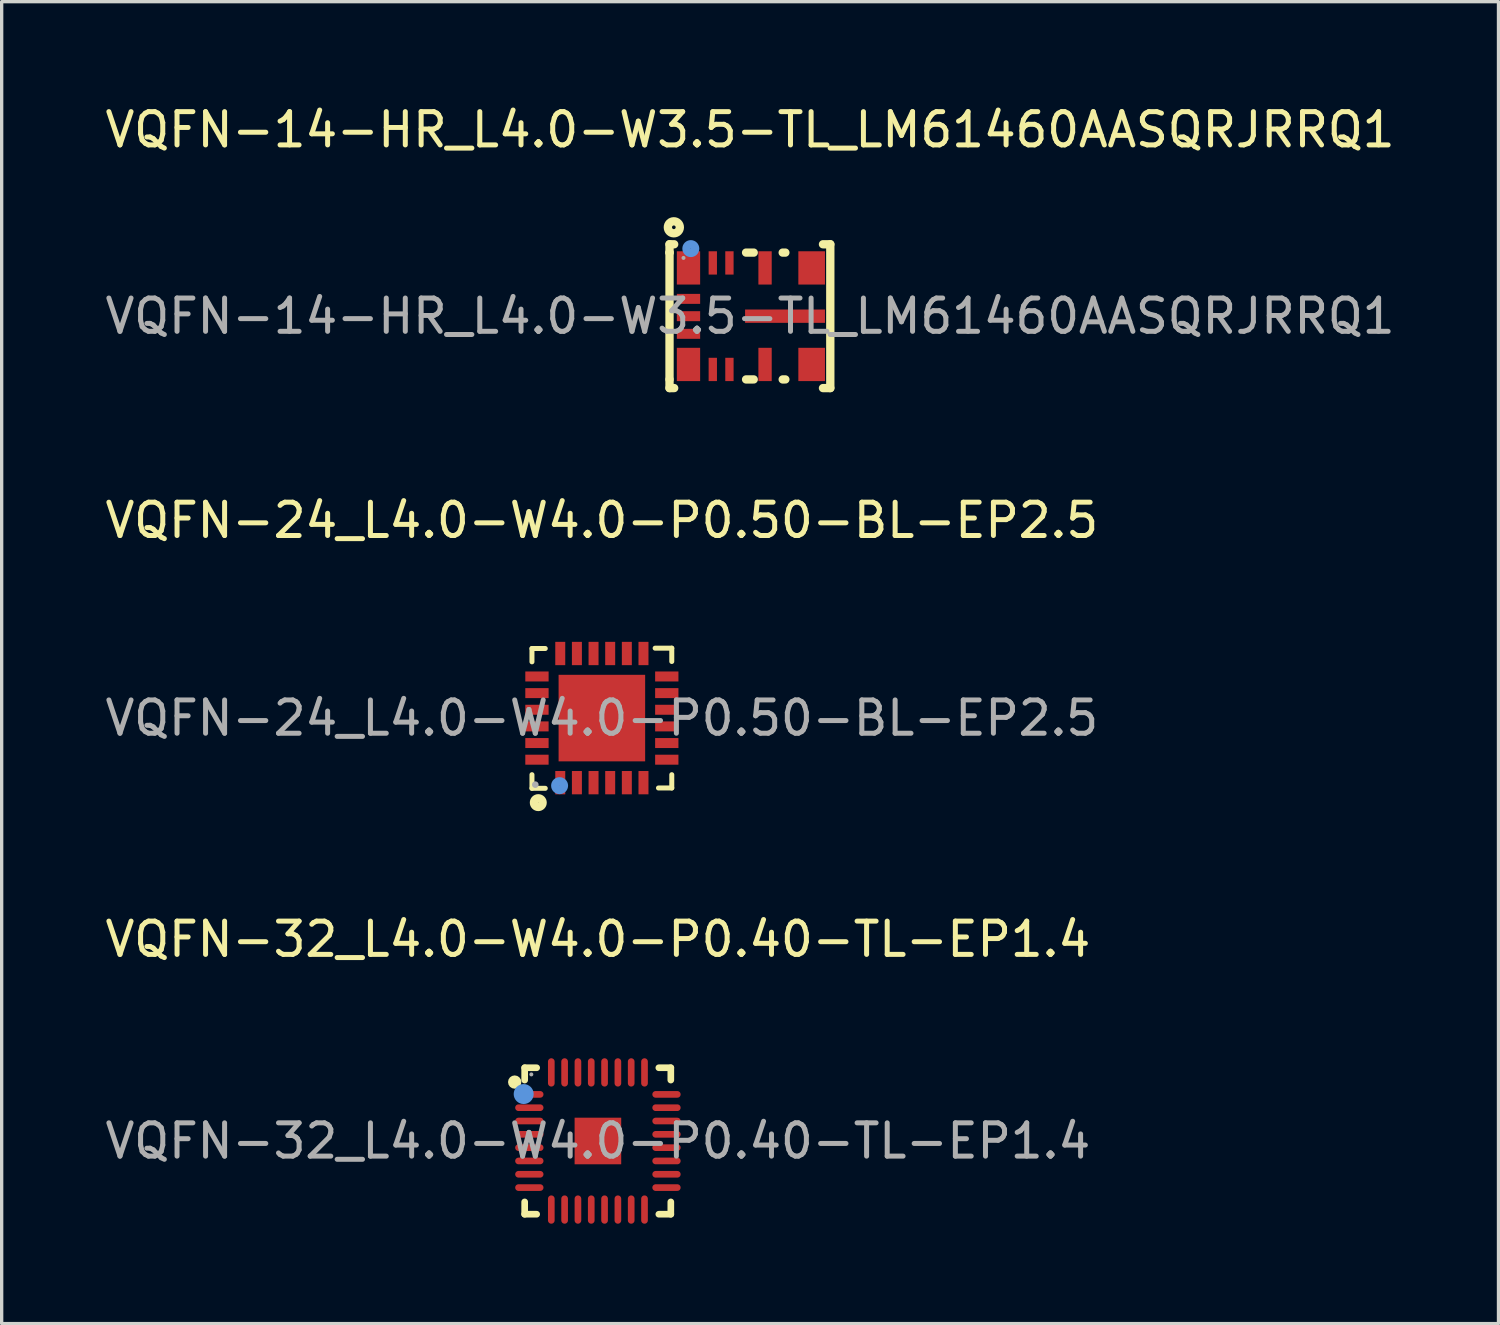
<source format=kicad_pcb>
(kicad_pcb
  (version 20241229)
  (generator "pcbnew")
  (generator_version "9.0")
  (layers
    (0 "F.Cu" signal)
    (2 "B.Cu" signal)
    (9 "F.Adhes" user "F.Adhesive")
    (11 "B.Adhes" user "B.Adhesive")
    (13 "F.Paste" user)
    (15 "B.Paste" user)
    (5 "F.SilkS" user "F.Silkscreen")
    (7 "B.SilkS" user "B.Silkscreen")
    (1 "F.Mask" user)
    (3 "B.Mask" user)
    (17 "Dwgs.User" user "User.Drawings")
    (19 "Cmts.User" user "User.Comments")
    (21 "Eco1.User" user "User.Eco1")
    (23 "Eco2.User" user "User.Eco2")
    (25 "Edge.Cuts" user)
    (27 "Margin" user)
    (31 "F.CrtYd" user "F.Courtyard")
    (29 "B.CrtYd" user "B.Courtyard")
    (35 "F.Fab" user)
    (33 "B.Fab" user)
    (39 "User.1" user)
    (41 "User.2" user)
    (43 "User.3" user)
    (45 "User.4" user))
  (footprint "VQFN-14-HR_L4.0-W3.5-TL_LM61460AASQRJRRQ1"
    (layer "F.Cu")
    (at 19.482 6.448)
    (property "Reference" "VQFN-14-HR_L4.0-W3.5-TL_LM61460AASQRJRRQ1" (at 0 -5.6 0) (layer "F.SilkS") (effects (font (size 1 1) (thickness 0.15))))
    (attr smd)
    (fp_line (start -2.42 -2.16) (end -2.28 -2.16) (stroke (width 0.25) (type solid)) (layer "F.SilkS"))
    (fp_line (start -2.42 -1.91) (end -2.42 -2.16) (stroke (width 0.25) (type solid)) (layer "F.SilkS"))
    (fp_line (start -2.42 -1.91) (end -2.42 -1.91) (stroke (width 0.25) (type solid)) (layer "F.SilkS"))
    (fp_line (start -2.42 -1.91) (end -2.42 1.9) (stroke (width 0.25) (type solid)) (layer "F.SilkS"))
    (fp_line (start -2.42 1.9) (end -2.42 2.16) (stroke (width 0.25) (type solid)) (layer "F.SilkS"))
    (fp_line (start -2.42 2.16) (end -2.28 2.16) (stroke (width 0.25) (type solid)) (layer "F.SilkS"))
    (fp_line (start -0.12 1.9) (end 0.11 1.9) (stroke (width 0.25) (type solid)) (layer "F.SilkS"))
    (fp_line (start 0.11 -1.91) (end -0.12 -1.91) (stroke (width 0.25) (type solid)) (layer "F.SilkS"))
    (fp_line (start 0.98 1.9) (end 1.06 1.9) (stroke (width 0.25) (type solid)) (layer "F.SilkS"))
    (fp_line (start 1.06 -1.91) (end 0.98 -1.91) (stroke (width 0.25) (type solid)) (layer "F.SilkS"))
    (fp_line (start 2.19 2.16) (end 2.41 2.16) (stroke (width 0.25) (type solid)) (layer "F.SilkS"))
    (fp_line (start 2.41 -2.16) (end 2.19 -2.16) (stroke (width 0.25) (type solid)) (layer "F.SilkS"))
    (fp_line (start 2.41 2.16) (end 2.41 -2.16) (stroke (width 0.25) (type solid)) (layer "F.SilkS"))
    (fp_circle (center -2.29 -2.67) (end -2.11 -2.67) (stroke (width 0.25) (type solid)) (fill no) (layer "F.SilkS"))
    (fp_circle (center -1.78 -2.03) (end -1.65 -2.03) (stroke (width 0.25) (type solid)) (fill no) (layer "Cmts.User"))
    (fp_circle (center -2 -1.75) (end -1.97 -1.75) (stroke (width 0.06) (type solid)) (fill no) (layer "F.Fab"))
    (fp_text user "${REFERENCE}" (at 0 0 0) (layer "F.Fab") (effects (font (size 1 1) (thickness 0.15))))
    (pad "1" smd rect (at -1.85 -1.45) (size 0.7 1) (layers "F.Cu" "F.Mask" "F.Paste"))
    (pad "2" smd rect (at -1.85 -0.52 90) (size 0.3 0.7) (layers "F.Cu" "F.Mask" "F.Paste"))
    (pad "3" smd rect (at -1.85 0 90) (size 0.3 0.7) (layers "F.Cu" "F.Mask" "F.Paste"))
    (pad "4" smd rect (at -1.85 0.53 90) (size 0.3 0.7) (layers "F.Cu" "F.Mask" "F.Paste"))
    (pad "5" smd rect (at -1.85 1.45) (size 0.7 1) (layers "F.Cu" "F.Mask" "F.Paste"))
    (pad "6" smd rect (at -1.12 1.6) (size 0.25 0.7) (layers "F.Cu" "F.Mask" "F.Paste"))
    (pad "7" smd rect (at -0.62 1.6) (size 0.25 0.7) (layers "F.Cu" "F.Mask" "F.Paste"))
    (pad "8" smd rect (at 0.45 1.45) (size 0.4 1) (layers "F.Cu" "F.Mask" "F.Paste"))
    (pad "9" smd rect (at 1.85 1.45) (size 0.8 1) (layers "F.Cu" "F.Mask" "F.Paste"))
    (pad "10" smd rect (at 1.05 0 90) (size 0.4 2.4) (layers "F.Cu" "F.Mask" "F.Paste"))
    (pad "11" smd rect (at 1.85 -1.45) (size 0.8 1) (layers "F.Cu" "F.Mask" "F.Paste"))
    (pad "12" smd rect (at 0.45 -1.45) (size 0.4 1) (layers "F.Cu" "F.Mask" "F.Paste"))
    (pad "13" smd rect (at -0.62 -1.6) (size 0.25 0.7) (layers "F.Cu" "F.Mask" "F.Paste"))
    (pad "14" smd rect (at -1.12 -1.6) (size 0.25 0.7) (layers "F.Cu" "F.Mask" "F.Paste")))
  (footprint "VQFN-24_L4.0-W4.0-P0.50-BL-EP2.5"
    (layer "F.Cu")
    (at 15.03 18.521)
    (property "Reference" "VQFN-24_L4.0-W4.0-P0.50-BL-EP2.5" (at 0 -5.94 0) (layer "F.SilkS") (effects (font (size 1 1) (thickness 0.15))))
    (attr smd)
    (fp_line (start -2.1 -2.09) (end -1.7 -2.09) (stroke (width 0.15) (type solid)) (layer "F.SilkS"))
    (fp_line (start -2.1 -1.69) (end -2.1 -2.09) (stroke (width 0.15) (type solid)) (layer "F.SilkS"))
    (fp_line (start -2.1 2.11) (end -2.1 1.7) (stroke (width 0.15) (type solid)) (layer "F.SilkS"))
    (fp_line (start -1.7 2.11) (end -2.1 2.11) (stroke (width 0.15) (type solid)) (layer "F.SilkS"))
    (fp_line (start 1.6 -2.1) (end 2.1 -2.1) (stroke (width 0.15) (type solid)) (layer "F.SilkS"))
    (fp_line (start 1.7 2.1) (end 2.1 2.1) (stroke (width 0.15) (type solid)) (layer "F.SilkS"))
    (fp_line (start 2.1 -2.1) (end 2.1 -1.7) (stroke (width 0.15) (type solid)) (layer "F.SilkS"))
    (fp_line (start 2.1 2.1) (end 2.1 1.7) (stroke (width 0.15) (type solid)) (layer "F.SilkS"))
    (fp_circle (center -1.91 2.54) (end -1.78 2.54) (stroke (width 0.25) (type solid)) (fill no) (layer "F.SilkS"))
    (fp_circle (center -1.27 2.03) (end -1.14 2.03) (stroke (width 0.25) (type solid)) (fill no) (layer "Cmts.User"))
    (fp_circle (center -2 2) (end -1.95 2) (stroke (width 0.1) (type solid)) (fill no) (layer "F.Fab"))
    (fp_text user "${REFERENCE}" (at 0 0 0) (layer "F.Fab") (effects (font (size 1 1) (thickness 0.15))))
    (pad "1" smd rect (at -1.25 1.94 180) (size 0.3 0.7) (layers "F.Cu" "F.Mask" "F.Paste"))
    (pad "2" smd rect (at -0.75 1.94 180) (size 0.3 0.7) (layers "F.Cu" "F.Mask" "F.Paste"))
    (pad "3" smd rect (at -0.25 1.94 180) (size 0.3 0.7) (layers "F.Cu" "F.Mask" "F.Paste"))
    (pad "4" smd rect (at 0.25 1.94 180) (size 0.3 0.7) (layers "F.Cu" "F.Mask" "F.Paste"))
    (pad "5" smd rect (at 0.75 1.94 180) (size 0.3 0.7) (layers "F.Cu" "F.Mask" "F.Paste"))
    (pad "6" smd rect (at 1.25 1.94 180) (size 0.3 0.7) (layers "F.Cu" "F.Mask" "F.Paste"))
    (pad "7" smd rect (at 1.95 1.25 270) (size 0.3 0.7) (layers "F.Cu" "F.Mask" "F.Paste"))
    (pad "8" smd rect (at 1.95 0.75 270) (size 0.3 0.7) (layers "F.Cu" "F.Mask" "F.Paste"))
    (pad "9" smd rect (at 1.95 0.25 270) (size 0.3 0.7) (layers "F.Cu" "F.Mask" "F.Paste"))
    (pad "10" smd rect (at 1.95 -0.25 270) (size 0.3 0.7) (layers "F.Cu" "F.Mask" "F.Paste"))
    (pad "11" smd rect (at 1.95 -0.75 270) (size 0.3 0.7) (layers "F.Cu" "F.Mask" "F.Paste"))
    (pad "12" smd rect (at 1.95 -1.25 270) (size 0.3 0.7) (layers "F.Cu" "F.Mask" "F.Paste"))
    (pad "13" smd rect (at 1.25 -1.94) (size 0.3 0.7) (layers "F.Cu" "F.Mask" "F.Paste"))
    (pad "14" smd rect (at 0.75 -1.94) (size 0.3 0.7) (layers "F.Cu" "F.Mask" "F.Paste"))
    (pad "15" smd rect (at 0.25 -1.94) (size 0.3 0.7) (layers "F.Cu" "F.Mask" "F.Paste"))
    (pad "16" smd rect (at -0.25 -1.94) (size 0.3 0.7) (layers "F.Cu" "F.Mask" "F.Paste"))
    (pad "17" smd rect (at -0.75 -1.94) (size 0.3 0.7) (layers "F.Cu" "F.Mask" "F.Paste"))
    (pad "18" smd rect (at -1.25 -1.94) (size 0.3 0.7) (layers "F.Cu" "F.Mask" "F.Paste"))
    (pad "19" smd rect (at -1.95 -1.25 90) (size 0.3 0.7) (layers "F.Cu" "F.Mask" "F.Paste"))
    (pad "20" smd rect (at -1.95 -0.75 90) (size 0.3 0.7) (layers "F.Cu" "F.Mask" "F.Paste"))
    (pad "21" smd rect (at -1.95 -0.25 90) (size 0.3 0.7) (layers "F.Cu" "F.Mask" "F.Paste"))
    (pad "22" smd rect (at -1.95 0.25 90) (size 0.3 0.7) (layers "F.Cu" "F.Mask" "F.Paste"))
    (pad "23" smd rect (at -1.95 0.75 90) (size 0.3 0.7) (layers "F.Cu" "F.Mask" "F.Paste"))
    (pad "24" smd rect (at -1.95 1.25 90) (size 0.3 0.7) (layers "F.Cu" "F.Mask" "F.Paste"))
    (pad "25" smd rect (at 0 0 90) (size 2.6 2.6) (layers "F.Cu" "F.Mask" "F.Paste")))
  (footprint "VQFN-32_L4.0-W4.0-P0.40-TL-EP1.4"
    (layer "F.Cu")
    (at 14.911 31.225)
    (property "Reference" "VQFN-32_L4.0-W4.0-P0.40-TL-EP1.4" (at 0 -6.06 0) (layer "F.SilkS") (effects (font (size 1 1) (thickness 0.15))))
    (attr smd)
    (fp_line (start -2.2 -2.2) (end -1.84 -2.2) (stroke (width 0.2) (type solid)) (layer "F.SilkS"))
    (fp_line (start -2.2 -1.83) (end -2.2 -2.2) (stroke (width 0.2) (type solid)) (layer "F.SilkS"))
    (fp_line (start -2.2 2.2) (end -2.2 1.83) (stroke (width 0.2) (type solid)) (layer "F.SilkS"))
    (fp_line (start -1.84 2.2) (end -2.2 2.2) (stroke (width 0.2) (type solid)) (layer "F.SilkS"))
    (fp_line (start 1.83 2.2) (end 2.19 2.2) (stroke (width 0.2) (type solid)) (layer "F.SilkS"))
    (fp_line (start 2.19 -2.2) (end 1.83 -2.2) (stroke (width 0.2) (type solid)) (layer "F.SilkS"))
    (fp_line (start 2.19 -1.83) (end 2.19 -2.2) (stroke (width 0.2) (type solid)) (layer "F.SilkS"))
    (fp_line (start 2.19 2.2) (end 2.19 1.83) (stroke (width 0.2) (type solid)) (layer "F.SilkS"))
    (fp_circle (center -2.5 -1.77) (end -2.4 -1.77) (stroke (width 0.2) (type solid)) (fill no) (layer "F.SilkS"))
    (fp_circle (center -2.23 -1.41) (end -2.08 -1.41) (stroke (width 0.3) (type solid)) (fill no) (layer "Cmts.User"))
    (fp_circle (center -2 -2) (end -1.97 -2) (stroke (width 0.06) (type solid)) (fill no) (layer "F.Fab"))
    (fp_text user "${REFERENCE}" (at 0 0 0) (layer "F.Fab") (effects (font (size 1 1) (thickness 0.15))))
    (pad "1" smd oval (at -2.06 -1.4) (size 0.85 0.2) (layers "F.Cu" "F.Mask" "F.Paste"))
    (pad "2" smd oval (at -2.06 -1) (size 0.85 0.2) (layers "F.Cu" "F.Mask" "F.Paste"))
    (pad "3" smd oval (at -2.06 -0.6) (size 0.85 0.2) (layers "F.Cu" "F.Mask" "F.Paste"))
    (pad "4" smd oval (at -2.06 -0.2) (size 0.85 0.2) (layers "F.Cu" "F.Mask" "F.Paste"))
    (pad "5" smd oval (at -2.06 0.2) (size 0.85 0.2) (layers "F.Cu" "F.Mask" "F.Paste"))
    (pad "6" smd oval (at -2.06 0.6) (size 0.85 0.2) (layers "F.Cu" "F.Mask" "F.Paste"))
    (pad "7" smd oval (at -2.06 1) (size 0.85 0.2) (layers "F.Cu" "F.Mask" "F.Paste"))
    (pad "8" smd oval (at -2.06 1.4) (size 0.85 0.2) (layers "F.Cu" "F.Mask" "F.Paste"))
    (pad "9" smd oval (at -1.4 2.06) (size 0.2 0.85) (layers "F.Cu" "F.Mask" "F.Paste"))
    (pad "10" smd oval (at -1 2.06) (size 0.2 0.85) (layers "F.Cu" "F.Mask" "F.Paste"))
    (pad "11" smd oval (at -0.6 2.06) (size 0.2 0.85) (layers "F.Cu" "F.Mask" "F.Paste"))
    (pad "12" smd oval (at -0.2 2.06) (size 0.2 0.85) (layers "F.Cu" "F.Mask" "F.Paste"))
    (pad "13" smd oval (at 0.2 2.06) (size 0.2 0.85) (layers "F.Cu" "F.Mask" "F.Paste"))
    (pad "14" smd oval (at 0.6 2.06) (size 0.2 0.85) (layers "F.Cu" "F.Mask" "F.Paste"))
    (pad "15" smd oval (at 1 2.06) (size 0.2 0.85) (layers "F.Cu" "F.Mask" "F.Paste"))
    (pad "16" smd oval (at 1.4 2.06) (size 0.2 0.85) (layers "F.Cu" "F.Mask" "F.Paste"))
    (pad "17" smd oval (at 2.06 1.4) (size 0.85 0.2) (layers "F.Cu" "F.Mask" "F.Paste"))
    (pad "18" smd oval (at 2.06 1) (size 0.85 0.2) (layers "F.Cu" "F.Mask" "F.Paste"))
    (pad "19" smd oval (at 2.06 0.6) (size 0.85 0.2) (layers "F.Cu" "F.Mask" "F.Paste"))
    (pad "20" smd oval (at 2.06 0.2) (size 0.85 0.2) (layers "F.Cu" "F.Mask" "F.Paste"))
    (pad "21" smd oval (at 2.06 -0.2) (size 0.85 0.2) (layers "F.Cu" "F.Mask" "F.Paste"))
    (pad "22" smd oval (at 2.06 -0.6) (size 0.85 0.2) (layers "F.Cu" "F.Mask" "F.Paste"))
    (pad "23" smd oval (at 2.06 -1) (size 0.85 0.2) (layers "F.Cu" "F.Mask" "F.Paste"))
    (pad "24" smd oval (at 2.06 -1.4) (size 0.85 0.2) (layers "F.Cu" "F.Mask" "F.Paste"))
    (pad "25" smd oval (at 1.4 -2.06) (size 0.2 0.85) (layers "F.Cu" "F.Mask" "F.Paste"))
    (pad "26" smd oval (at 1 -2.06) (size 0.2 0.85) (layers "F.Cu" "F.Mask" "F.Paste"))
    (pad "27" smd oval (at 0.6 -2.06) (size 0.2 0.85) (layers "F.Cu" "F.Mask" "F.Paste"))
    (pad "28" smd oval (at 0.2 -2.06) (size 0.2 0.85) (layers "F.Cu" "F.Mask" "F.Paste"))
    (pad "29" smd oval (at -0.2 -2.06) (size 0.2 0.85) (layers "F.Cu" "F.Mask" "F.Paste"))
    (pad "30" smd oval (at -0.6 -2.06) (size 0.2 0.85) (layers "F.Cu" "F.Mask" "F.Paste"))
    (pad "31" smd oval (at -1 -2.06) (size 0.2 0.85) (layers "F.Cu" "F.Mask" "F.Paste"))
    (pad "32" smd oval (at -1.4 -2.06) (size 0.2 0.85) (layers "F.Cu" "F.Mask" "F.Paste"))
    (pad "33" smd rect (at 0 0) (size 1.4 1.4) (layers "F.Cu" "F.Mask" "F.Paste")))
  (gr_rect
    (start -3 -3)
    (end 41.964 36.71)
    (stroke (width 0.1) (type default))
    (fill no)
    (layer "Edge.Cuts")))
</source>
